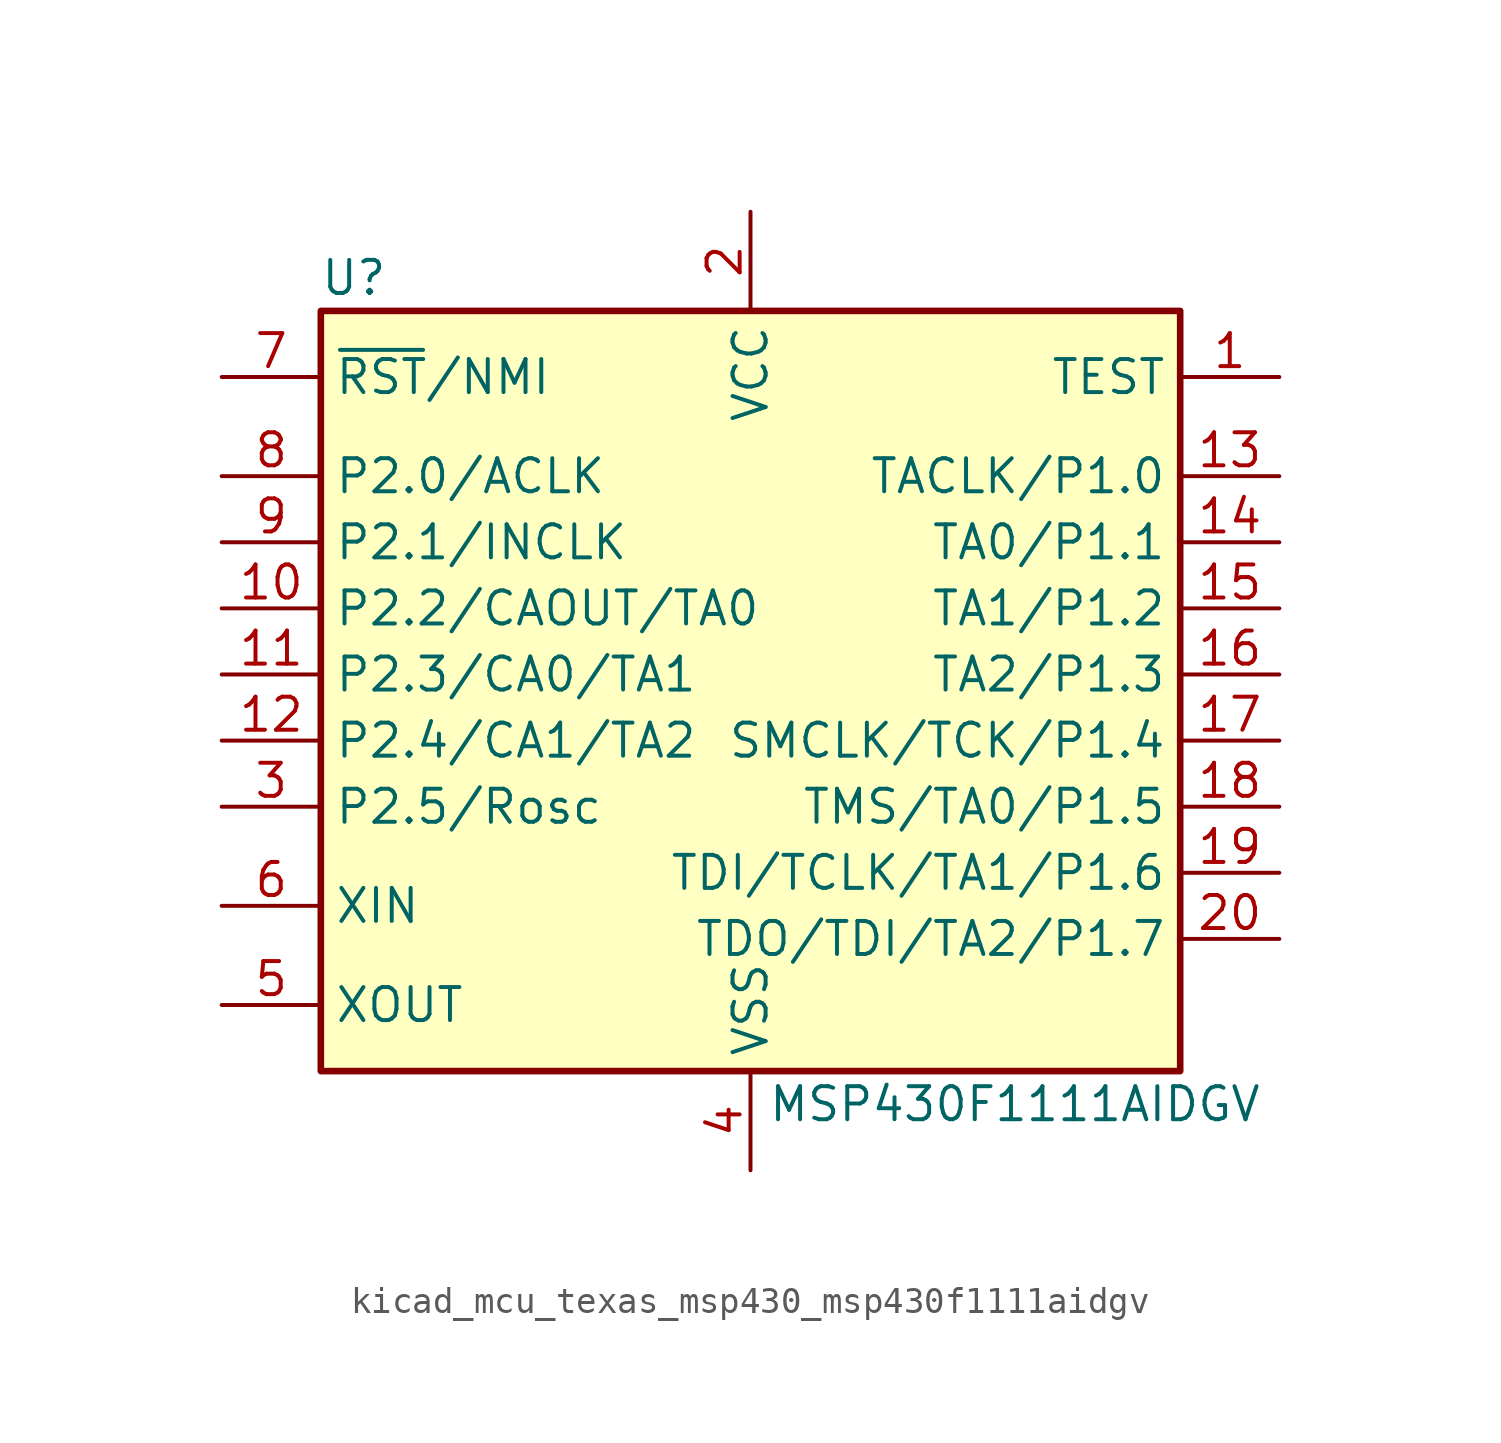
<source format=kicad_sym>
(kicad_symbol_lib
  (version 20220914)
  (generator kicad_symbol_editor)
  (symbol "kicad_mcu_texas_msp430_msp430f1111aidgv"
    (property "Reference" "U"
      (at -15.24 15.24 0)
      (effects (font (size 1.27 1.27))))
    (property "Value" "MSP430F1111AIDGV"
      (at 10.16 -16.51 0)
      (effects (font (size 1.27 1.27))))
    (symbol "kicad_mcu_texas_msp430_msp430f1111aidgv_0_1"
      (rectangle (start -16.51 13.97) (end 16.51 -15.24) (stroke (width 0.254) (type default)) (fill (type background))))
    (symbol "kicad_mcu_texas_msp430_msp430f1111aidgv_1_1"
      (pin input line (at 20.32 11.43 180) (length 3.81) (name "TEST" (effects (font (size 1.27 1.27)))) (number "1" (effects (font (size 1.27 1.27)))))
      (pin bidirectional line (at -20.32 2.54 0) (length 3.81) (name "P2.2/CAOUT/TA0" (effects (font (size 1.27 1.27)))) (number "10" (effects (font (size 1.27 1.27)))))
      (pin bidirectional line (at -20.32 0 0) (length 3.81) (name "P2.3/CA0/TA1" (effects (font (size 1.27 1.27)))) (number "11" (effects (font (size 1.27 1.27)))))
      (pin bidirectional line (at -20.32 -2.54 0) (length 3.81) (name "P2.4/CA1/TA2" (effects (font (size 1.27 1.27)))) (number "12" (effects (font (size 1.27 1.27)))))
      (pin bidirectional line (at 20.32 7.62 180) (length 3.81) (name "TACLK/P1.0" (effects (font (size 1.27 1.27)))) (number "13" (effects (font (size 1.27 1.27)))))
      (pin bidirectional line (at 20.32 5.08 180) (length 3.81) (name "TA0/P1.1" (effects (font (size 1.27 1.27)))) (number "14" (effects (font (size 1.27 1.27)))))
      (pin bidirectional line (at 20.32 2.54 180) (length 3.81) (name "TA1/P1.2" (effects (font (size 1.27 1.27)))) (number "15" (effects (font (size 1.27 1.27)))))
      (pin bidirectional line (at 20.32 0 180) (length 3.81) (name "TA2/P1.3" (effects (font (size 1.27 1.27)))) (number "16" (effects (font (size 1.27 1.27)))))
      (pin bidirectional line (at 20.32 -2.54 180) (length 3.81) (name "SMCLK/TCK/P1.4" (effects (font (size 1.27 1.27)))) (number "17" (effects (font (size 1.27 1.27)))))
      (pin bidirectional line (at 20.32 -5.08 180) (length 3.81) (name "TMS/TA0/P1.5" (effects (font (size 1.27 1.27)))) (number "18" (effects (font (size 1.27 1.27)))))
      (pin bidirectional line (at 20.32 -7.62 180) (length 3.81) (name "TDI/TCLK/TA1/P1.6" (effects (font (size 1.27 1.27)))) (number "19" (effects (font (size 1.27 1.27)))))
      (pin power_in line (at 0 17.78 270) (length 3.81) (name "VCC" (effects (font (size 1.27 1.27)))) (number "2" (effects (font (size 1.27 1.27)))))
      (pin bidirectional line (at 20.32 -10.16 180) (length 3.81) (name "TDO/TDI/TA2/P1.7" (effects (font (size 1.27 1.27)))) (number "20" (effects (font (size 1.27 1.27)))))
      (pin bidirectional line (at -20.32 -5.08 0) (length 3.81) (name "P2.5/Rosc" (effects (font (size 1.27 1.27)))) (number "3" (effects (font (size 1.27 1.27)))))
      (pin power_in line (at 0 -19.05 90) (length 3.81) (name "VSS" (effects (font (size 1.27 1.27)))) (number "4" (effects (font (size 1.27 1.27)))))
      (pin output line (at -20.32 -12.7 0) (length 3.81) (name "XOUT" (effects (font (size 1.27 1.27)))) (number "5" (effects (font (size 1.27 1.27)))))
      (pin input line (at -20.32 -8.89 0) (length 3.81) (name "XIN" (effects (font (size 1.27 1.27)))) (number "6" (effects (font (size 1.27 1.27)))))
      (pin input line (at -20.32 11.43 0) (length 3.81) (name "~{RST}/NMI" (effects (font (size 1.27 1.27)))) (number "7" (effects (font (size 1.27 1.27)))))
      (pin bidirectional line (at -20.32 7.62 0) (length 3.81) (name "P2.0/ACLK" (effects (font (size 1.27 1.27)))) (number "8" (effects (font (size 1.27 1.27)))))
      (pin bidirectional line (at -20.32 5.08 0) (length 3.81) (name "P2.1/INCLK" (effects (font (size 1.27 1.27)))) (number "9" (effects (font (size 1.27 1.27))))))))
</source>
